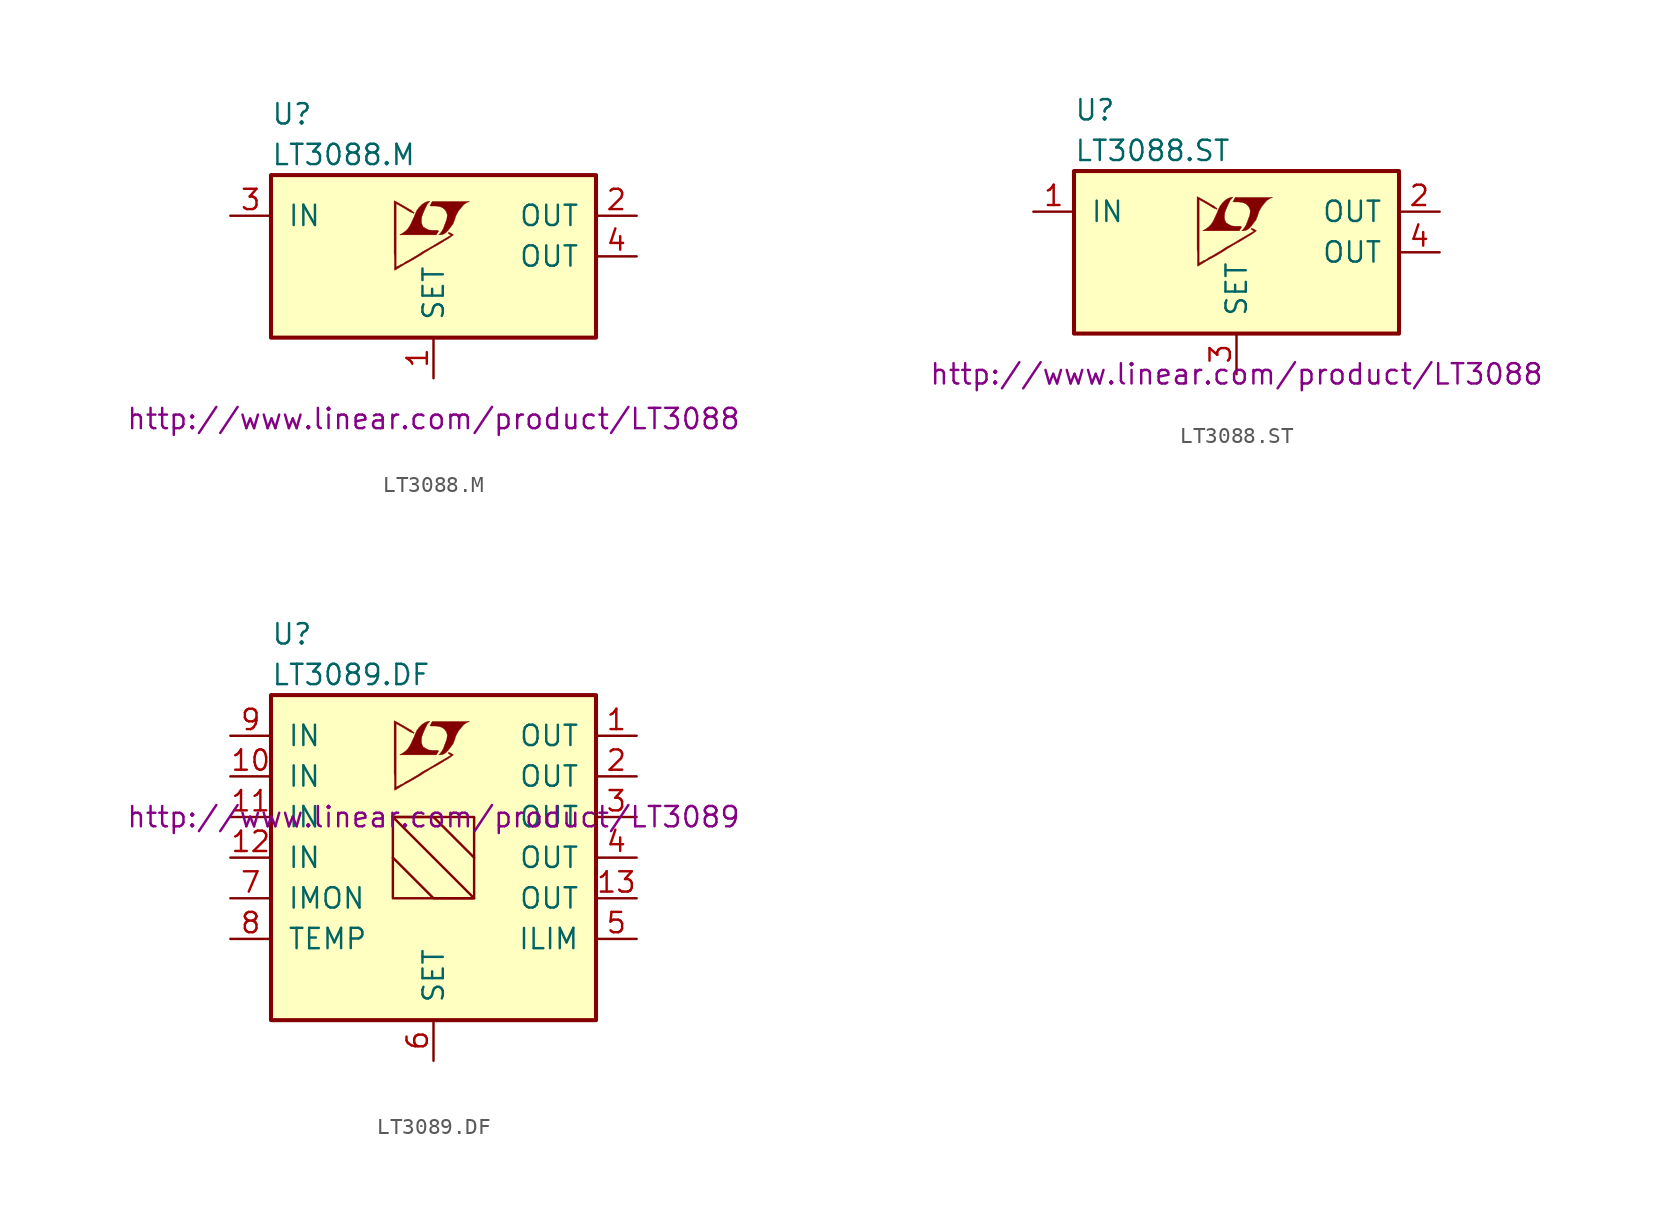
<source format=kicad_sym>
(kicad_symbol_lib
  (version 20201005)
  (generator kicad_symbol_editor)
  (symbol "LT3088.M"
    (pin_names
      (offset 1.016))
    (property "Reference" "U"
      (at -10.16 8.89 0)
      (effects (font (size 1.27 1.27)) (justify left)))
    (property "Value" "LT3088.M"
      (at -10.16 6.35 0)
      (effects (font (size 1.27 1.27)) (justify left)))
    (property "Datasheet" "http://www.linear.com/product/LT3088"
      (at 0 -10.16 0)
      (effects (font (size 1.27 1.27))))
    (symbol "LT3088.M_0_0"
      (polyline (pts (xy 0.584 1.372) (xy 0.762 1.473) (xy 0.914 1.626) (xy 1.219 2.032) (xy 1.321 2.286) (xy 1.397 2.54) (xy 1.549 2.819) (xy 1.727 3.048) (xy 1.905 3.251) (xy 2.108 3.378) (xy 2.261 3.429) (xy -0.076 3.429) (xy -0.152 3.302) (xy -0.152 3.277) (xy -0.203 3.2) (xy -0.229 3.175) (xy -0.178 3.15) (xy 0.102 3.15) (xy 0.356 3.124) (xy 0.559 3.048) (xy 0.711 2.921) (xy 0.813 2.769) (xy 0.864 2.591) (xy 0.838 2.362) (xy 0.838 2.337) (xy 0.61 1.727) (xy 0.508 1.549) (xy 0.406 1.422) (xy 0.33 1.346) (xy 0.432 1.346) (xy 0.584 1.372)) (stroke (width 0.025)) (fill (type outline)))
      (polyline (pts (xy 0.229 1.448) (xy 0.254 1.473) (xy 0.305 1.549) (xy 0.305 1.6) (xy 0.254 1.626) (xy -0.051 1.626) (xy -0.305 1.651) (xy -0.508 1.753) (xy -0.66 1.854) (xy -0.737 2.032) (xy -0.762 2.21) (xy -0.737 2.438) (xy -0.737 2.464) (xy -0.686 2.616) (xy -0.533 2.972) (xy -0.381 3.277) (xy -0.305 3.353) (xy -0.229 3.454) (xy -0.356 3.429) (xy -0.508 3.378) (xy -0.711 3.251) (xy -0.889 3.073) (xy -1.041 2.87) (xy -1.168 2.591) (xy -1.168 2.565) (xy -1.321 2.235) (xy -1.448 1.956) (xy -1.6 1.727) (xy -1.753 1.575) (xy -1.93 1.448) (xy -2.108 1.346) (xy 0.178 1.346) (xy 0.229 1.448)) (stroke (width 0.025)) (fill (type outline)))
      (polyline (pts (xy -2.362 -0.838) (xy -2.286 -0.787) (xy -2.159 -0.711) (xy -2.083 -0.66) (xy -1.829 -0.508) (xy -1.27 -0.203) (xy -0.762 0.102) (xy -0.533 0.254) (xy -0.356 0.356) (xy -0.203 0.457) (xy -0.102 0.508) (xy -0.025 0.559) (xy 0.127 0.635) (xy 0.305 0.737) (xy 0.711 0.991) (xy 0.889 1.092) (xy 1.041 1.194) (xy 1.143 1.27) (xy 1.219 1.321) (xy 1.245 1.346) (xy 1.092 1.448) (xy 0.94 1.499) (xy 0.914 1.473) (xy 0.914 1.448) (xy 0.991 1.397) (xy 1.092 1.321) (xy 0.178 0.787) (xy -0.025 0.66) (xy -0.33 0.483) (xy -0.66 0.305) (xy -0.965 0.102) (xy -1.27 -0.076) (xy -1.524 -0.229) (xy -1.727 -0.33) (xy -1.905 -0.457) (xy -2.083 -0.533) (xy -2.21 -0.61) (xy -2.311 -0.66) (xy -2.337 -0.686) (xy -2.337 3.302) (xy -1.803 2.997) (xy -1.676 2.921) (xy -1.524 2.819) (xy -1.372 2.743) (xy -1.295 2.718) (xy -1.245 2.692) (xy -1.219 2.692) (xy -1.219 2.743) (xy -1.295 2.794) (xy -1.422 2.896) (xy -1.6 2.997) (xy -1.727 3.073) (xy -2.083 3.277) (xy -2.21 3.353) (xy -2.464 3.48) (xy -2.464 0.203) (xy -2.438 -0.102) (xy -2.438 -0.864) (xy -2.413 -0.864) (xy -2.362 -0.838)) (stroke (width 0.025)) (fill (type outline))))
    (symbol "LT3088.M_0_1"
      (rectangle (start -10.16 5.08) (end 10.16 -5.08) (stroke (width 0.254)) (fill (type background))))
    (symbol "LT3088.M_1_1"
      (pin passive line (at 0 -7.62 90) (length 2.54) (name "SET" (effects (font (size 1.27 1.27)))) (number "1" (effects (font (size 1.27 1.27)))))
      (pin power_out line (at 12.7 2.54 180) (length 2.54) (name "OUT" (effects (font (size 1.27 1.27)))) (number "2" (effects (font (size 1.27 1.27)))))
      (pin power_in line (at -12.7 2.54 0) (length 2.54) (name "IN" (effects (font (size 1.27 1.27)))) (number "3" (effects (font (size 1.27 1.27)))))
      (pin power_out line (at 12.7 0 180) (length 2.54) (name "OUT" (effects (font (size 1.27 1.27)))) (number "4" (effects (font (size 1.27 1.27)))))))
  (symbol "LT3088.ST"
    (pin_names
      (offset 1.016))
    (property "Reference" "U"
      (at -10.16 8.89 0)
      (effects (font (size 1.27 1.27)) (justify left)))
    (property "Value" "LT3088.ST"
      (at -10.16 6.35 0)
      (effects (font (size 1.27 1.27)) (justify left)))
    (property "Datasheet" "http://www.linear.com/product/LT3088"
      (at 0 -7.62 0)
      (effects (font (size 1.27 1.27))))
    (symbol "LT3088.ST_0_0"
      (polyline (pts (xy 0.584 1.372) (xy 0.762 1.473) (xy 0.914 1.626) (xy 1.219 2.032) (xy 1.321 2.286) (xy 1.397 2.54) (xy 1.549 2.819) (xy 1.727 3.048) (xy 1.905 3.251) (xy 2.108 3.378) (xy 2.261 3.429) (xy -0.076 3.429) (xy -0.152 3.302) (xy -0.152 3.277) (xy -0.203 3.2) (xy -0.229 3.175) (xy -0.178 3.15) (xy 0.102 3.15) (xy 0.356 3.124) (xy 0.559 3.048) (xy 0.711 2.921) (xy 0.813 2.769) (xy 0.864 2.591) (xy 0.838 2.362) (xy 0.838 2.337) (xy 0.61 1.727) (xy 0.508 1.549) (xy 0.406 1.422) (xy 0.33 1.346) (xy 0.432 1.346) (xy 0.584 1.372)) (stroke (width 0.025)) (fill (type outline)))
      (polyline (pts (xy 0.229 1.448) (xy 0.254 1.473) (xy 0.305 1.549) (xy 0.305 1.6) (xy 0.254 1.626) (xy -0.051 1.626) (xy -0.305 1.651) (xy -0.508 1.753) (xy -0.66 1.854) (xy -0.737 2.032) (xy -0.762 2.21) (xy -0.737 2.438) (xy -0.737 2.464) (xy -0.686 2.616) (xy -0.533 2.972) (xy -0.381 3.277) (xy -0.305 3.353) (xy -0.229 3.454) (xy -0.356 3.429) (xy -0.508 3.378) (xy -0.711 3.251) (xy -0.889 3.073) (xy -1.041 2.87) (xy -1.168 2.591) (xy -1.168 2.565) (xy -1.321 2.235) (xy -1.448 1.956) (xy -1.6 1.727) (xy -1.753 1.575) (xy -1.93 1.448) (xy -2.108 1.346) (xy 0.178 1.346) (xy 0.229 1.448)) (stroke (width 0.025)) (fill (type outline)))
      (polyline (pts (xy -2.362 -0.838) (xy -2.286 -0.787) (xy -2.159 -0.711) (xy -2.083 -0.66) (xy -1.829 -0.508) (xy -1.27 -0.203) (xy -0.762 0.102) (xy -0.533 0.254) (xy -0.356 0.356) (xy -0.203 0.457) (xy -0.102 0.508) (xy -0.025 0.559) (xy 0.127 0.635) (xy 0.305 0.737) (xy 0.711 0.991) (xy 0.889 1.092) (xy 1.041 1.194) (xy 1.143 1.27) (xy 1.219 1.321) (xy 1.245 1.346) (xy 1.092 1.448) (xy 0.94 1.499) (xy 0.914 1.473) (xy 0.914 1.448) (xy 0.991 1.397) (xy 1.092 1.321) (xy 0.178 0.787) (xy -0.025 0.66) (xy -0.33 0.483) (xy -0.66 0.305) (xy -0.965 0.102) (xy -1.27 -0.076) (xy -1.524 -0.229) (xy -1.727 -0.33) (xy -1.905 -0.457) (xy -2.083 -0.533) (xy -2.21 -0.61) (xy -2.311 -0.66) (xy -2.337 -0.686) (xy -2.337 3.302) (xy -1.803 2.997) (xy -1.676 2.921) (xy -1.524 2.819) (xy -1.372 2.743) (xy -1.295 2.718) (xy -1.245 2.692) (xy -1.219 2.692) (xy -1.219 2.743) (xy -1.295 2.794) (xy -1.422 2.896) (xy -1.6 2.997) (xy -1.727 3.073) (xy -2.083 3.277) (xy -2.21 3.353) (xy -2.464 3.48) (xy -2.464 0.203) (xy -2.438 -0.102) (xy -2.438 -0.864) (xy -2.413 -0.864) (xy -2.362 -0.838)) (stroke (width 0.025)) (fill (type outline))))
    (symbol "LT3088.ST_0_1"
      (rectangle (start -10.16 5.08) (end 10.16 -5.08) (stroke (width 0.254)) (fill (type background))))
    (symbol "LT3088.ST_1_1"
      (pin power_in line (at -12.7 2.54 0) (length 2.54) (name "IN" (effects (font (size 1.27 1.27)))) (number "1" (effects (font (size 1.27 1.27)))))
      (pin power_out line (at 12.7 2.54 180) (length 2.54) (name "OUT" (effects (font (size 1.27 1.27)))) (number "2" (effects (font (size 1.27 1.27)))))
      (pin passive line (at 0 -7.62 90) (length 2.54) (name "SET" (effects (font (size 1.27 1.27)))) (number "3" (effects (font (size 1.27 1.27)))))
      (pin power_out line (at 12.7 0 180) (length 2.54) (name "OUT" (effects (font (size 1.27 1.27)))) (number "4" (effects (font (size 1.27 1.27)))))))
  (symbol "LT3089.DF"
    (pin_names
      (offset 1.016))
    (property "Reference" "U"
      (at -10.16 13.97 0)
      (effects (font (size 1.27 1.27)) (justify left)))
    (property "Value" "LT3089.DF"
      (at -10.16 11.43 0)
      (effects (font (size 1.27 1.27)) (justify left)))
    (property "Datasheet" "http://www.linear.com/product/LT3089"
      (at 0 2.54 0)
      (effects (font (size 1.27 1.27))))
    (symbol "LT3089.DF_0_0"
      (polyline (pts (xy 0.584 6.452) (xy 0.762 6.553) (xy 0.914 6.706) (xy 1.219 7.112) (xy 1.321 7.366) (xy 1.397 7.62) (xy 1.549 7.899) (xy 1.727 8.128) (xy 1.905 8.331) (xy 2.108 8.458) (xy 2.261 8.509) (xy -0.076 8.509) (xy -0.152 8.382) (xy -0.152 8.357) (xy -0.203 8.28) (xy -0.229 8.255) (xy -0.178 8.23) (xy 0.102 8.23) (xy 0.356 8.204) (xy 0.559 8.128) (xy 0.711 8.001) (xy 0.813 7.849) (xy 0.864 7.671) (xy 0.838 7.442) (xy 0.838 7.417) (xy 0.61 6.807) (xy 0.508 6.629) (xy 0.406 6.502) (xy 0.33 6.426) (xy 0.432 6.426) (xy 0.584 6.452)) (stroke (width 0.025)) (fill (type outline)))
      (polyline (pts (xy 0.229 6.528) (xy 0.254 6.553) (xy 0.305 6.629) (xy 0.305 6.68) (xy 0.254 6.706) (xy -0.051 6.706) (xy -0.305 6.731) (xy -0.508 6.833) (xy -0.66 6.934) (xy -0.737 7.112) (xy -0.762 7.29) (xy -0.737 7.518) (xy -0.737 7.544) (xy -0.686 7.696) (xy -0.533 8.052) (xy -0.381 8.357) (xy -0.305 8.433) (xy -0.229 8.534) (xy -0.356 8.509) (xy -0.508 8.458) (xy -0.711 8.331) (xy -0.889 8.153) (xy -1.041 7.95) (xy -1.168 7.671) (xy -1.168 7.645) (xy -1.321 7.315) (xy -1.448 7.036) (xy -1.6 6.807) (xy -1.753 6.655) (xy -1.93 6.528) (xy -2.108 6.426) (xy 0.178 6.426) (xy 0.229 6.528)) (stroke (width 0.025)) (fill (type outline)))
      (polyline (pts (xy -2.362 4.242) (xy -2.286 4.293) (xy -2.159 4.369) (xy -2.083 4.42) (xy -1.829 4.572) (xy -1.27 4.877) (xy -0.762 5.182) (xy -0.533 5.334) (xy -0.356 5.436) (xy -0.203 5.537) (xy -0.102 5.588) (xy -0.025 5.639) (xy 0.127 5.715) (xy 0.305 5.817) (xy 0.711 6.071) (xy 0.889 6.172) (xy 1.041 6.274) (xy 1.143 6.35) (xy 1.219 6.401) (xy 1.245 6.426) (xy 1.092 6.528) (xy 0.94 6.579) (xy 0.914 6.553) (xy 0.914 6.528) (xy 0.991 6.477) (xy 1.092 6.401) (xy 0.178 5.867) (xy -0.025 5.74) (xy -0.33 5.563) (xy -0.66 5.385) (xy -0.965 5.182) (xy -1.27 5.004) (xy -1.524 4.851) (xy -1.727 4.75) (xy -1.905 4.623) (xy -2.083 4.547) (xy -2.21 4.47) (xy -2.311 4.42) (xy -2.337 4.394) (xy -2.337 8.382) (xy -1.803 8.077) (xy -1.676 8.001) (xy -1.524 7.899) (xy -1.372 7.823) (xy -1.295 7.798) (xy -1.245 7.772) (xy -1.219 7.772) (xy -1.219 7.823) (xy -1.295 7.874) (xy -1.422 7.976) (xy -1.6 8.077) (xy -1.727 8.153) (xy -2.083 8.357) (xy -2.21 8.433) (xy -2.464 8.56) (xy -2.464 5.283) (xy -2.438 4.978) (xy -2.438 4.216) (xy -2.413 4.216) (xy -2.362 4.242)) (stroke (width 0.025)) (fill (type outline))))
    (symbol "LT3089.DF_0_1"
      (rectangle (start -10.16 10.16) (end 10.16 -10.16) (stroke (width 0.254)) (fill (type background)))
      (rectangle (start -2.54 2.54) (end 2.54 -2.54) (stroke (width 0)) (fill (type none)))
      (polyline (pts (xy -2.54 0) (xy 0 -2.54) (xy 2.54 -2.54) (xy -2.54 2.54) (xy 0 2.54) (xy 2.54 0)) (stroke (width 0)) (fill (type none))))
    (symbol "LT3089.DF_1_1"
      (pin power_out line (at 12.7 7.62 180) (length 2.54) (name "OUT" (effects (font (size 1.27 1.27)))) (number "1" (effects (font (size 1.27 1.27)))))
      (pin power_in line (at -12.7 5.08 0) (length 2.54) (name "IN" (effects (font (size 1.27 1.27)))) (number "10" (effects (font (size 1.27 1.27)))))
      (pin power_in line (at -12.7 2.54 0) (length 2.54) (name "IN" (effects (font (size 1.27 1.27)))) (number "11" (effects (font (size 1.27 1.27)))))
      (pin power_in line (at -12.7 0 0) (length 2.54) (name "IN" (effects (font (size 1.27 1.27)))) (number "12" (effects (font (size 1.27 1.27)))))
      (pin power_out line (at 12.7 -2.54 180) (length 2.54) (name "OUT" (effects (font (size 1.27 1.27)))) (number "13" (effects (font (size 1.27 1.27)))))
      (pin power_out line (at 12.7 5.08 180) (length 2.54) (name "OUT" (effects (font (size 1.27 1.27)))) (number "2" (effects (font (size 1.27 1.27)))))
      (pin power_out line (at 12.7 2.54 180) (length 2.54) (name "OUT" (effects (font (size 1.27 1.27)))) (number "3" (effects (font (size 1.27 1.27)))))
      (pin power_out line (at 12.7 0 180) (length 2.54) (name "OUT" (effects (font (size 1.27 1.27)))) (number "4" (effects (font (size 1.27 1.27)))))
      (pin input line (at 12.7 -5.08 180) (length 2.54) (name "ILIM" (effects (font (size 1.27 1.27)))) (number "5" (effects (font (size 1.27 1.27)))))
      (pin passive line (at 0 -12.7 90) (length 2.54) (name "SET" (effects (font (size 1.27 1.27)))) (number "6" (effects (font (size 1.27 1.27)))))
      (pin output line (at -12.7 -2.54 0) (length 2.54) (name "IMON" (effects (font (size 1.27 1.27)))) (number "7" (effects (font (size 1.27 1.27)))))
      (pin output line (at -12.7 -5.08 0) (length 2.54) (name "TEMP" (effects (font (size 1.27 1.27)))) (number "8" (effects (font (size 1.27 1.27)))))
      (pin power_in line (at -12.7 7.62 0) (length 2.54) (name "IN" (effects (font (size 1.27 1.27)))) (number "9" (effects (font (size 1.27 1.27))))))))
</source>
